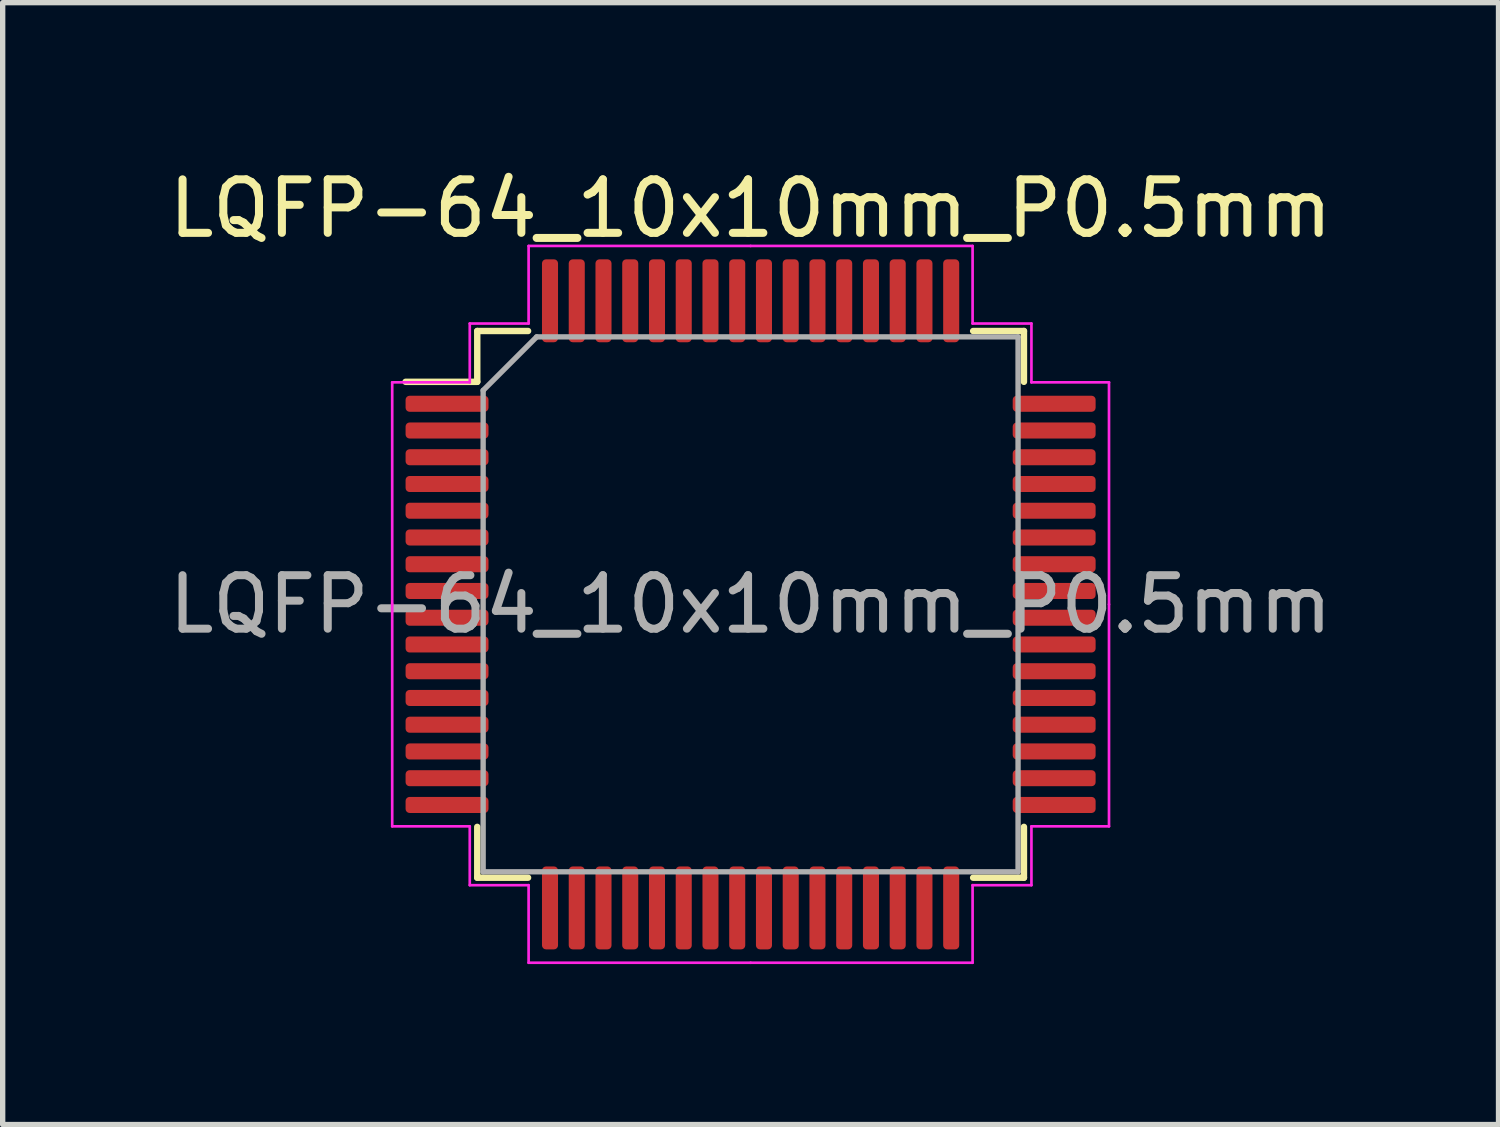
<source format=kicad_pcb>
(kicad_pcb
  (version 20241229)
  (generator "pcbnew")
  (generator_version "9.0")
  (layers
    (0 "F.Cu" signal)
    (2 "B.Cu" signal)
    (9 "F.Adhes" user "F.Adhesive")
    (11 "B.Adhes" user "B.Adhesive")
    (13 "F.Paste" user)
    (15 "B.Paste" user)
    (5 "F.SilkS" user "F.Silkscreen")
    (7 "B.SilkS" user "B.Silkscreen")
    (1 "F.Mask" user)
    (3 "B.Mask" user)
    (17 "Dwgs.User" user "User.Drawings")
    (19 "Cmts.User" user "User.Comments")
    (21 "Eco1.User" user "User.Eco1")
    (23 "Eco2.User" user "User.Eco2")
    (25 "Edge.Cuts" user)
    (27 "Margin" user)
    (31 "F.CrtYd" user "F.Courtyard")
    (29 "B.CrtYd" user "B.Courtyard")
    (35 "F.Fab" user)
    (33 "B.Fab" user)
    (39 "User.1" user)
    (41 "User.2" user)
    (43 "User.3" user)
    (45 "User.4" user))
  (footprint "LQFP-64_10x10mm_P0.5mm"
    (layer "F.Cu")
    (at 10.982 8.248)
    (property "Reference" "LQFP-64_10x10mm_P0.5mm" (at 0 -7.4 0) (layer "F.SilkS") (effects (font (size 1 1) (thickness 0.15))))
    (attr smd)
    (fp_line (start -5.11 -5.11) (end -5.11 -4.16) (stroke (width 0.12) (type solid)) (layer "F.SilkS"))
    (fp_line (start -5.11 -4.16) (end -6.45 -4.16) (stroke (width 0.12) (type solid)) (layer "F.SilkS"))
    (fp_line (start -5.11 5.11) (end -5.11 4.16) (stroke (width 0.12) (type solid)) (layer "F.SilkS"))
    (fp_line (start -4.16 -5.11) (end -5.11 -5.11) (stroke (width 0.12) (type solid)) (layer "F.SilkS"))
    (fp_line (start -4.16 5.11) (end -5.11 5.11) (stroke (width 0.12) (type solid)) (layer "F.SilkS"))
    (fp_line (start 4.16 -5.11) (end 5.11 -5.11) (stroke (width 0.12) (type solid)) (layer "F.SilkS"))
    (fp_line (start 4.16 5.11) (end 5.11 5.11) (stroke (width 0.12) (type solid)) (layer "F.SilkS"))
    (fp_line (start 5.11 -5.11) (end 5.11 -4.16) (stroke (width 0.12) (type solid)) (layer "F.SilkS"))
    (fp_line (start 5.11 5.11) (end 5.11 4.16) (stroke (width 0.12) (type solid)) (layer "F.SilkS"))
    (fp_line (start -6.7 -4.15) (end -6.7 0) (stroke (width 0.05) (type solid)) (layer "F.CrtYd"))
    (fp_line (start -6.7 4.15) (end -6.7 0) (stroke (width 0.05) (type solid)) (layer "F.CrtYd"))
    (fp_line (start -5.25 -5.25) (end -5.25 -4.15) (stroke (width 0.05) (type solid)) (layer "F.CrtYd"))
    (fp_line (start -5.25 -4.15) (end -6.7 -4.15) (stroke (width 0.05) (type solid)) (layer "F.CrtYd"))
    (fp_line (start -5.25 4.15) (end -6.7 4.15) (stroke (width 0.05) (type solid)) (layer "F.CrtYd"))
    (fp_line (start -5.25 5.25) (end -5.25 4.15) (stroke (width 0.05) (type solid)) (layer "F.CrtYd"))
    (fp_line (start -4.15 -6.7) (end -4.15 -5.25) (stroke (width 0.05) (type solid)) (layer "F.CrtYd"))
    (fp_line (start -4.15 -5.25) (end -5.25 -5.25) (stroke (width 0.05) (type solid)) (layer "F.CrtYd"))
    (fp_line (start -4.15 5.25) (end -5.25 5.25) (stroke (width 0.05) (type solid)) (layer "F.CrtYd"))
    (fp_line (start -4.15 6.7) (end -4.15 5.25) (stroke (width 0.05) (type solid)) (layer "F.CrtYd"))
    (fp_line (start 0 -6.7) (end -4.15 -6.7) (stroke (width 0.05) (type solid)) (layer "F.CrtYd"))
    (fp_line (start 0 -6.7) (end 4.15 -6.7) (stroke (width 0.05) (type solid)) (layer "F.CrtYd"))
    (fp_line (start 0 6.7) (end -4.15 6.7) (stroke (width 0.05) (type solid)) (layer "F.CrtYd"))
    (fp_line (start 0 6.7) (end 4.15 6.7) (stroke (width 0.05) (type solid)) (layer "F.CrtYd"))
    (fp_line (start 4.15 -6.7) (end 4.15 -5.25) (stroke (width 0.05) (type solid)) (layer "F.CrtYd"))
    (fp_line (start 4.15 -5.25) (end 5.25 -5.25) (stroke (width 0.05) (type solid)) (layer "F.CrtYd"))
    (fp_line (start 4.15 5.25) (end 5.25 5.25) (stroke (width 0.05) (type solid)) (layer "F.CrtYd"))
    (fp_line (start 4.15 6.7) (end 4.15 5.25) (stroke (width 0.05) (type solid)) (layer "F.CrtYd"))
    (fp_line (start 5.25 -5.25) (end 5.25 -4.15) (stroke (width 0.05) (type solid)) (layer "F.CrtYd"))
    (fp_line (start 5.25 -4.15) (end 6.7 -4.15) (stroke (width 0.05) (type solid)) (layer "F.CrtYd"))
    (fp_line (start 5.25 4.15) (end 6.7 4.15) (stroke (width 0.05) (type solid)) (layer "F.CrtYd"))
    (fp_line (start 5.25 5.25) (end 5.25 4.15) (stroke (width 0.05) (type solid)) (layer "F.CrtYd"))
    (fp_line (start 6.7 -4.15) (end 6.7 0) (stroke (width 0.05) (type solid)) (layer "F.CrtYd"))
    (fp_line (start 6.7 4.15) (end 6.7 0) (stroke (width 0.05) (type solid)) (layer "F.CrtYd"))
    (fp_line (start -5 -4) (end -4 -5) (stroke (width 0.1) (type solid)) (layer "F.Fab"))
    (fp_line (start -5 5) (end -5 -4) (stroke (width 0.1) (type solid)) (layer "F.Fab"))
    (fp_line (start -4 -5) (end 5 -5) (stroke (width 0.1) (type solid)) (layer "F.Fab"))
    (fp_line (start 5 -5) (end 5 5) (stroke (width 0.1) (type solid)) (layer "F.Fab"))
    (fp_line (start 5 5) (end -5 5) (stroke (width 0.1) (type solid)) (layer "F.Fab"))
    (fp_text user "${REFERENCE}" (at 0 0 0) (layer "F.Fab") (effects (font (size 1 1) (thickness 0.15))))
    (pad "1" smd roundrect (at -5.675 -3.75 180) (size 1.55 0.3) (layers "F.Cu" "F.Mask" "F.Paste") (roundrect_rratio 0.25))
    (pad "2" smd roundrect (at -5.675 -3.25 180) (size 1.55 0.3) (layers "F.Cu" "F.Mask" "F.Paste") (roundrect_rratio 0.25))
    (pad "3" smd roundrect (at -5.675 -2.75 180) (size 1.55 0.3) (layers "F.Cu" "F.Mask" "F.Paste") (roundrect_rratio 0.25))
    (pad "4" smd roundrect (at -5.675 -2.25 180) (size 1.55 0.3) (layers "F.Cu" "F.Mask" "F.Paste") (roundrect_rratio 0.25))
    (pad "5" smd roundrect (at -5.675 -1.75 180) (size 1.55 0.3) (layers "F.Cu" "F.Mask" "F.Paste") (roundrect_rratio 0.25))
    (pad "6" smd roundrect (at -5.675 -1.25 180) (size 1.55 0.3) (layers "F.Cu" "F.Mask" "F.Paste") (roundrect_rratio 0.25))
    (pad "7" smd roundrect (at -5.675 -0.75 180) (size 1.55 0.3) (layers "F.Cu" "F.Mask" "F.Paste") (roundrect_rratio 0.25))
    (pad "8" smd roundrect (at -5.675 -0.25 180) (size 1.55 0.3) (layers "F.Cu" "F.Mask" "F.Paste") (roundrect_rratio 0.25))
    (pad "9" smd roundrect (at -5.675 0.25 180) (size 1.55 0.3) (layers "F.Cu" "F.Mask" "F.Paste") (roundrect_rratio 0.25))
    (pad "10" smd roundrect (at -5.675 0.75 180) (size 1.55 0.3) (layers "F.Cu" "F.Mask" "F.Paste") (roundrect_rratio 0.25))
    (pad "11" smd roundrect (at -5.675 1.25 180) (size 1.55 0.3) (layers "F.Cu" "F.Mask" "F.Paste") (roundrect_rratio 0.25))
    (pad "12" smd roundrect (at -5.675 1.75 180) (size 1.55 0.3) (layers "F.Cu" "F.Mask" "F.Paste") (roundrect_rratio 0.25))
    (pad "13" smd roundrect (at -5.675 2.25 180) (size 1.55 0.3) (layers "F.Cu" "F.Mask" "F.Paste") (roundrect_rratio 0.25))
    (pad "14" smd roundrect (at -5.675 2.75 180) (size 1.55 0.3) (layers "F.Cu" "F.Mask" "F.Paste") (roundrect_rratio 0.25))
    (pad "15" smd roundrect (at -5.675 3.25 180) (size 1.55 0.3) (layers "F.Cu" "F.Mask" "F.Paste") (roundrect_rratio 0.25))
    (pad "16" smd roundrect (at -5.675 3.75 180) (size 1.55 0.3) (layers "F.Cu" "F.Mask" "F.Paste") (roundrect_rratio 0.25))
    (pad "17" smd roundrect (at -3.75 5.675 180) (size 0.3 1.55) (layers "F.Cu" "F.Mask" "F.Paste") (roundrect_rratio 0.25))
    (pad "18" smd roundrect (at -3.25 5.675 180) (size 0.3 1.55) (layers "F.Cu" "F.Mask" "F.Paste") (roundrect_rratio 0.25))
    (pad "19" smd roundrect (at -2.75 5.675 180) (size 0.3 1.55) (layers "F.Cu" "F.Mask" "F.Paste") (roundrect_rratio 0.25))
    (pad "20" smd roundrect (at -2.25 5.675 180) (size 0.3 1.55) (layers "F.Cu" "F.Mask" "F.Paste") (roundrect_rratio 0.25))
    (pad "21" smd roundrect (at -1.75 5.675 180) (size 0.3 1.55) (layers "F.Cu" "F.Mask" "F.Paste") (roundrect_rratio 0.25))
    (pad "22" smd roundrect (at -1.25 5.675 180) (size 0.3 1.55) (layers "F.Cu" "F.Mask" "F.Paste") (roundrect_rratio 0.25))
    (pad "23" smd roundrect (at -0.75 5.675 180) (size 0.3 1.55) (layers "F.Cu" "F.Mask" "F.Paste") (roundrect_rratio 0.25))
    (pad "24" smd roundrect (at -0.25 5.675 180) (size 0.3 1.55) (layers "F.Cu" "F.Mask" "F.Paste") (roundrect_rratio 0.25))
    (pad "25" smd roundrect (at 0.25 5.675 180) (size 0.3 1.55) (layers "F.Cu" "F.Mask" "F.Paste") (roundrect_rratio 0.25))
    (pad "26" smd roundrect (at 0.75 5.675 180) (size 0.3 1.55) (layers "F.Cu" "F.Mask" "F.Paste") (roundrect_rratio 0.25))
    (pad "27" smd roundrect (at 1.25 5.675 180) (size 0.3 1.55) (layers "F.Cu" "F.Mask" "F.Paste") (roundrect_rratio 0.25))
    (pad "28" smd roundrect (at 1.75 5.675 180) (size 0.3 1.55) (layers "F.Cu" "F.Mask" "F.Paste") (roundrect_rratio 0.25))
    (pad "29" smd roundrect (at 2.25 5.675 180) (size 0.3 1.55) (layers "F.Cu" "F.Mask" "F.Paste") (roundrect_rratio 0.25))
    (pad "30" smd roundrect (at 2.75 5.675 180) (size 0.3 1.55) (layers "F.Cu" "F.Mask" "F.Paste") (roundrect_rratio 0.25))
    (pad "31" smd roundrect (at 3.25 5.675 180) (size 0.3 1.55) (layers "F.Cu" "F.Mask" "F.Paste") (roundrect_rratio 0.25))
    (pad "32" smd roundrect (at 3.75 5.675 180) (size 0.3 1.55) (layers "F.Cu" "F.Mask" "F.Paste") (roundrect_rratio 0.25))
    (pad "33" smd roundrect (at 5.675 3.75 180) (size 1.55 0.3) (layers "F.Cu" "F.Mask" "F.Paste") (roundrect_rratio 0.25))
    (pad "34" smd roundrect (at 5.675 3.25 180) (size 1.55 0.3) (layers "F.Cu" "F.Mask" "F.Paste") (roundrect_rratio 0.25))
    (pad "35" smd roundrect (at 5.675 2.75 180) (size 1.55 0.3) (layers "F.Cu" "F.Mask" "F.Paste") (roundrect_rratio 0.25))
    (pad "36" smd roundrect (at 5.675 2.25 180) (size 1.55 0.3) (layers "F.Cu" "F.Mask" "F.Paste") (roundrect_rratio 0.25))
    (pad "37" smd roundrect (at 5.675 1.75 180) (size 1.55 0.3) (layers "F.Cu" "F.Mask" "F.Paste") (roundrect_rratio 0.25))
    (pad "38" smd roundrect (at 5.675 1.25 180) (size 1.55 0.3) (layers "F.Cu" "F.Mask" "F.Paste") (roundrect_rratio 0.25))
    (pad "39" smd roundrect (at 5.675 0.75 180) (size 1.55 0.3) (layers "F.Cu" "F.Mask" "F.Paste") (roundrect_rratio 0.25))
    (pad "40" smd roundrect (at 5.675 0.25 180) (size 1.55 0.3) (layers "F.Cu" "F.Mask" "F.Paste") (roundrect_rratio 0.25))
    (pad "41" smd roundrect (at 5.675 -0.25 180) (size 1.55 0.3) (layers "F.Cu" "F.Mask" "F.Paste") (roundrect_rratio 0.25))
    (pad "42" smd roundrect (at 5.675 -0.75 180) (size 1.55 0.3) (layers "F.Cu" "F.Mask" "F.Paste") (roundrect_rratio 0.25))
    (pad "43" smd roundrect (at 5.675 -1.25 180) (size 1.55 0.3) (layers "F.Cu" "F.Mask" "F.Paste") (roundrect_rratio 0.25))
    (pad "44" smd roundrect (at 5.675 -1.75 180) (size 1.55 0.3) (layers "F.Cu" "F.Mask" "F.Paste") (roundrect_rratio 0.25))
    (pad "45" smd roundrect (at 5.675 -2.25 180) (size 1.55 0.3) (layers "F.Cu" "F.Mask" "F.Paste") (roundrect_rratio 0.25))
    (pad "46" smd roundrect (at 5.675 -2.75 180) (size 1.55 0.3) (layers "F.Cu" "F.Mask" "F.Paste") (roundrect_rratio 0.25))
    (pad "47" smd roundrect (at 5.675 -3.25 180) (size 1.55 0.3) (layers "F.Cu" "F.Mask" "F.Paste") (roundrect_rratio 0.25))
    (pad "48" smd roundrect (at 5.675 -3.75 180) (size 1.55 0.3) (layers "F.Cu" "F.Mask" "F.Paste") (roundrect_rratio 0.25))
    (pad "49" smd roundrect (at 3.75 -5.675 180) (size 0.3 1.55) (layers "F.Cu" "F.Mask" "F.Paste") (roundrect_rratio 0.25))
    (pad "50" smd roundrect (at 3.25 -5.675 180) (size 0.3 1.55) (layers "F.Cu" "F.Mask" "F.Paste") (roundrect_rratio 0.25))
    (pad "51" smd roundrect (at 2.75 -5.675 180) (size 0.3 1.55) (layers "F.Cu" "F.Mask" "F.Paste") (roundrect_rratio 0.25))
    (pad "52" smd roundrect (at 2.25 -5.675 180) (size 0.3 1.55) (layers "F.Cu" "F.Mask" "F.Paste") (roundrect_rratio 0.25))
    (pad "53" smd roundrect (at 1.75 -5.675 180) (size 0.3 1.55) (layers "F.Cu" "F.Mask" "F.Paste") (roundrect_rratio 0.25))
    (pad "54" smd roundrect (at 1.25 -5.675 180) (size 0.3 1.55) (layers "F.Cu" "F.Mask" "F.Paste") (roundrect_rratio 0.25))
    (pad "55" smd roundrect (at 0.75 -5.675 180) (size 0.3 1.55) (layers "F.Cu" "F.Mask" "F.Paste") (roundrect_rratio 0.25))
    (pad "56" smd roundrect (at 0.25 -5.675 180) (size 0.3 1.55) (layers "F.Cu" "F.Mask" "F.Paste") (roundrect_rratio 0.25))
    (pad "57" smd roundrect (at -0.25 -5.675 180) (size 0.3 1.55) (layers "F.Cu" "F.Mask" "F.Paste") (roundrect_rratio 0.25))
    (pad "58" smd roundrect (at -0.75 -5.675 180) (size 0.3 1.55) (layers "F.Cu" "F.Mask" "F.Paste") (roundrect_rratio 0.25))
    (pad "59" smd roundrect (at -1.25 -5.675 180) (size 0.3 1.55) (layers "F.Cu" "F.Mask" "F.Paste") (roundrect_rratio 0.25))
    (pad "60" smd roundrect (at -1.75 -5.675 180) (size 0.3 1.55) (layers "F.Cu" "F.Mask" "F.Paste") (roundrect_rratio 0.25))
    (pad "61" smd roundrect (at -2.25 -5.675 180) (size 0.3 1.55) (layers "F.Cu" "F.Mask" "F.Paste") (roundrect_rratio 0.25))
    (pad "62" smd roundrect (at -2.75 -5.675 180) (size 0.3 1.55) (layers "F.Cu" "F.Mask" "F.Paste") (roundrect_rratio 0.25))
    (pad "63" smd roundrect (at -3.25 -5.675 180) (size 0.3 1.55) (layers "F.Cu" "F.Mask" "F.Paste") (roundrect_rratio 0.25))
    (pad "64" smd roundrect (at -3.75 -5.675 180) (size 0.3 1.55) (layers "F.Cu" "F.Mask" "F.Paste") (roundrect_rratio 0.25)))
  (gr_rect
    (start -3 -3)
    (end 24.964 17.973)
    (stroke (width 0.1) (type default))
    (fill no)
    (layer "Edge.Cuts")))
</source>
